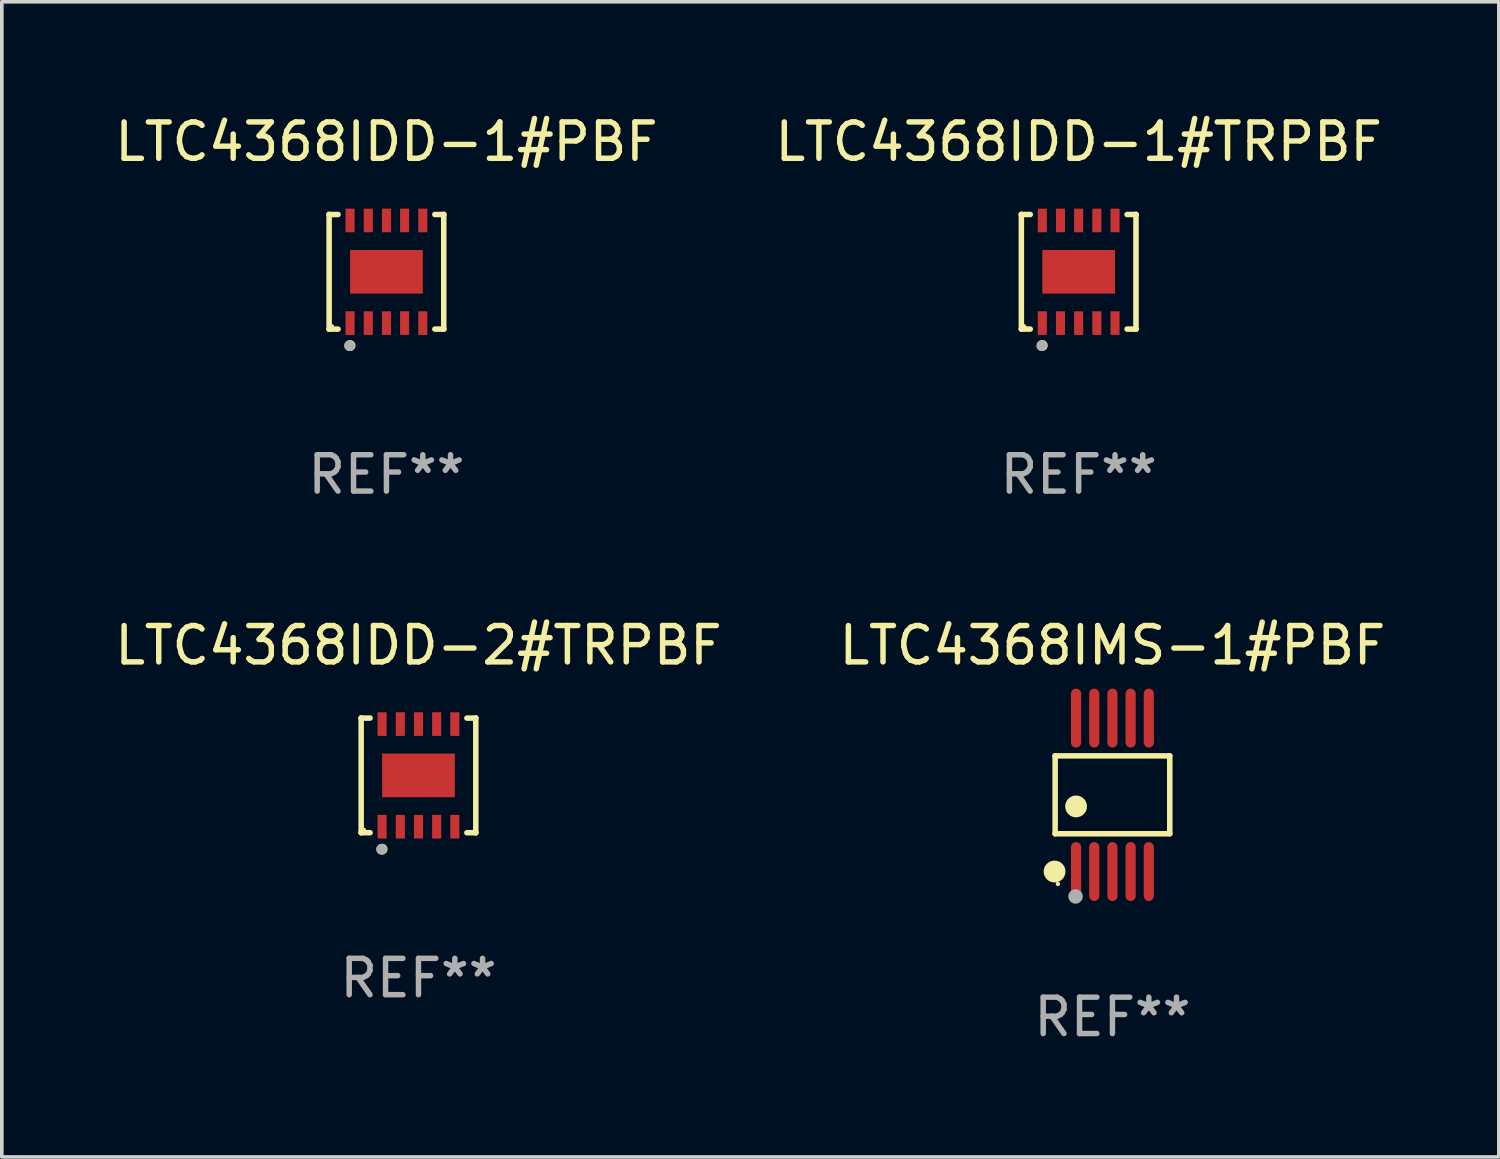
<source format=kicad_pcb>
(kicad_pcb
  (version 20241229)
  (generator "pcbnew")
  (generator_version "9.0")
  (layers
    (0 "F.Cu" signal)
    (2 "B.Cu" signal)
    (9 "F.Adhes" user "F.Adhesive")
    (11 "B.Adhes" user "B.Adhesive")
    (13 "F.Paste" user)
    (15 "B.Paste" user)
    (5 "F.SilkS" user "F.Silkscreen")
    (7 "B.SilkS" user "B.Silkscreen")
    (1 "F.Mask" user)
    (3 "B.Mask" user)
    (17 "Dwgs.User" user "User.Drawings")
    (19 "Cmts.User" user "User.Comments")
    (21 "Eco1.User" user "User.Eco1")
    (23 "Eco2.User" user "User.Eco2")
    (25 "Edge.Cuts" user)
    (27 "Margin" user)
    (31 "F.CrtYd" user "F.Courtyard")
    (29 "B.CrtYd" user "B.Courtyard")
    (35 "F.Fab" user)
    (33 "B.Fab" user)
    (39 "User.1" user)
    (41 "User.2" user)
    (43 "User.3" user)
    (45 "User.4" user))
  (footprint "LTC4368IDD-2#TRPBF"
    (layer "F.Cu")
    (at 8.458 18.273)
    (property "Reference" "LTC4368IDD-2#TRPBF" (at 0 -3.576 0) (layer "F.SilkS") (effects (font (size 1 1) (thickness 0.15))))
    (attr through_hole)
    (fp_line (start -1.576 -1.576) (end -1.576 -1.576) (stroke (width 0.152) (type solid)) (layer "F.SilkS"))
    (fp_line (start -1.576 -1.576) (end -1.331 -1.576) (stroke (width 0.152) (type solid)) (layer "F.SilkS"))
    (fp_line (start -1.576 1.576) (end -1.576 -1.576) (stroke (width 0.152) (type solid)) (layer "F.SilkS"))
    (fp_line (start -1.576 1.576) (end -1.576 1.576) (stroke (width 0.152) (type solid)) (layer "F.SilkS"))
    (fp_line (start -1.331 1.576) (end -1.576 1.576) (stroke (width 0.152) (type solid)) (layer "F.SilkS"))
    (fp_line (start 1.331 1.576) (end 1.576 1.576) (stroke (width 0.152) (type solid)) (layer "F.SilkS"))
    (fp_line (start 1.576 -1.576) (end 1.331 -1.576) (stroke (width 0.152) (type solid)) (layer "F.SilkS"))
    (fp_line (start 1.576 -1.576) (end 1.576 -1.576) (stroke (width 0.152) (type solid)) (layer "F.SilkS"))
    (fp_line (start 1.576 1.576) (end 1.576 -1.576) (stroke (width 0.152) (type solid)) (layer "F.SilkS"))
    (fp_line (start 1.576 1.576) (end 1.576 1.576) (stroke (width 0.152) (type solid)) (layer "F.SilkS"))
    (fp_circle (center -1.5 1.5) (end -1.47 1.5) (stroke (width 0.06) (type solid)) (fill no) (layer "F.SilkS"))
    (fp_circle (center -1 2.028) (end -0.925 2.028) (stroke (width 0.15) (type solid)) (fill no) (layer "F.SilkS"))
    (fp_circle (center -1.016 2.032) (end -0.941 2.032) (stroke (width 0.15) (type solid)) (fill no) (layer "F.Fab"))
    (fp_text user "REF**" (at 0 5.576 0) (layer "F.Fab") (effects (font (size 1 1) (thickness 0.15))))
    (pad "1" smd rect (at -1 1.411) (size 0.25 0.65) (layers "F.Cu" "F.Mask" "F.Paste"))
    (pad "2" smd rect (at -0.5 1.411) (size 0.25 0.65) (layers "F.Cu" "F.Mask" "F.Paste"))
    (pad "3" smd rect (at 0 1.411) (size 0.25 0.65) (layers "F.Cu" "F.Mask" "F.Paste"))
    (pad "4" smd rect (at 0.5 1.411) (size 0.25 0.65) (layers "F.Cu" "F.Mask" "F.Paste"))
    (pad "5" smd rect (at 1 1.411) (size 0.25 0.65) (layers "F.Cu" "F.Mask" "F.Paste"))
    (pad "6" smd rect (at 1 -1.411) (size 0.25 0.65) (layers "F.Cu" "F.Mask" "F.Paste"))
    (pad "7" smd rect (at 0.5 -1.411) (size 0.25 0.65) (layers "F.Cu" "F.Mask" "F.Paste"))
    (pad "8" smd rect (at 0 -1.411) (size 0.25 0.65) (layers "F.Cu" "F.Mask" "F.Paste"))
    (pad "9" smd rect (at -0.5 -1.411) (size 0.25 0.65) (layers "F.Cu" "F.Mask" "F.Paste"))
    (pad "10" smd rect (at -1 -1.411) (size 0.25 0.65) (layers "F.Cu" "F.Mask" "F.Paste"))
    (pad "11" smd rect (at 0 0) (size 2 1.2) (layers "F.Cu" "F.Mask" "F.Paste")))
  (footprint "LTC4368IDD-1#TRPBF"
    (layer "F.Cu")
    (at 26.613 4.424)
    (property "Reference" "LTC4368IDD-1#TRPBF" (at 0 -3.576 0) (layer "F.SilkS") (effects (font (size 1 1) (thickness 0.15))))
    (attr through_hole)
    (fp_line (start -1.576 -1.576) (end -1.576 -1.576) (stroke (width 0.152) (type solid)) (layer "F.SilkS"))
    (fp_line (start -1.576 -1.576) (end -1.331 -1.576) (stroke (width 0.152) (type solid)) (layer "F.SilkS"))
    (fp_line (start -1.576 1.576) (end -1.576 -1.576) (stroke (width 0.152) (type solid)) (layer "F.SilkS"))
    (fp_line (start -1.576 1.576) (end -1.576 1.576) (stroke (width 0.152) (type solid)) (layer "F.SilkS"))
    (fp_line (start -1.331 1.576) (end -1.576 1.576) (stroke (width 0.152) (type solid)) (layer "F.SilkS"))
    (fp_line (start 1.331 1.576) (end 1.576 1.576) (stroke (width 0.152) (type solid)) (layer "F.SilkS"))
    (fp_line (start 1.576 -1.576) (end 1.331 -1.576) (stroke (width 0.152) (type solid)) (layer "F.SilkS"))
    (fp_line (start 1.576 -1.576) (end 1.576 -1.576) (stroke (width 0.152) (type solid)) (layer "F.SilkS"))
    (fp_line (start 1.576 1.576) (end 1.576 -1.576) (stroke (width 0.152) (type solid)) (layer "F.SilkS"))
    (fp_line (start 1.576 1.576) (end 1.576 1.576) (stroke (width 0.152) (type solid)) (layer "F.SilkS"))
    (fp_circle (center -1.5 1.5) (end -1.47 1.5) (stroke (width 0.06) (type solid)) (fill no) (layer "F.SilkS"))
    (fp_circle (center -1 2.028) (end -0.925 2.028) (stroke (width 0.15) (type solid)) (fill no) (layer "F.SilkS"))
    (fp_circle (center -1.016 2.032) (end -0.941 2.032) (stroke (width 0.15) (type solid)) (fill no) (layer "F.Fab"))
    (fp_text user "REF**" (at 0 5.576 0) (layer "F.Fab") (effects (font (size 1 1) (thickness 0.15))))
    (pad "1" smd rect (at -1 1.411) (size 0.25 0.65) (layers "F.Cu" "F.Mask" "F.Paste"))
    (pad "2" smd rect (at -0.5 1.411) (size 0.25 0.65) (layers "F.Cu" "F.Mask" "F.Paste"))
    (pad "3" smd rect (at 0 1.411) (size 0.25 0.65) (layers "F.Cu" "F.Mask" "F.Paste"))
    (pad "4" smd rect (at 0.5 1.411) (size 0.25 0.65) (layers "F.Cu" "F.Mask" "F.Paste"))
    (pad "5" smd rect (at 1 1.411) (size 0.25 0.65) (layers "F.Cu" "F.Mask" "F.Paste"))
    (pad "6" smd rect (at 1 -1.411) (size 0.25 0.65) (layers "F.Cu" "F.Mask" "F.Paste"))
    (pad "7" smd rect (at 0.5 -1.411) (size 0.25 0.65) (layers "F.Cu" "F.Mask" "F.Paste"))
    (pad "8" smd rect (at 0 -1.411) (size 0.25 0.65) (layers "F.Cu" "F.Mask" "F.Paste"))
    (pad "9" smd rect (at -0.5 -1.411) (size 0.25 0.65) (layers "F.Cu" "F.Mask" "F.Paste"))
    (pad "10" smd rect (at -1 -1.411) (size 0.25 0.65) (layers "F.Cu" "F.Mask" "F.Paste"))
    (pad "11" smd rect (at 0 0) (size 2 1.2) (layers "F.Cu" "F.Mask" "F.Paste")))
  (footprint "LTC4368IDD-1#PBF"
    (layer "F.Cu")
    (at 7.577 4.424)
    (property "Reference" "LTC4368IDD-1#PBF" (at 0 -3.576 0) (layer "F.SilkS") (effects (font (size 1 1) (thickness 0.15))))
    (attr through_hole)
    (fp_line (start -1.576 -1.576) (end -1.576 -1.576) (stroke (width 0.152) (type solid)) (layer "F.SilkS"))
    (fp_line (start -1.576 -1.576) (end -1.331 -1.576) (stroke (width 0.152) (type solid)) (layer "F.SilkS"))
    (fp_line (start -1.576 1.576) (end -1.576 -1.576) (stroke (width 0.152) (type solid)) (layer "F.SilkS"))
    (fp_line (start -1.576 1.576) (end -1.576 1.576) (stroke (width 0.152) (type solid)) (layer "F.SilkS"))
    (fp_line (start -1.331 1.576) (end -1.576 1.576) (stroke (width 0.152) (type solid)) (layer "F.SilkS"))
    (fp_line (start 1.331 1.576) (end 1.576 1.576) (stroke (width 0.152) (type solid)) (layer "F.SilkS"))
    (fp_line (start 1.576 -1.576) (end 1.331 -1.576) (stroke (width 0.152) (type solid)) (layer "F.SilkS"))
    (fp_line (start 1.576 -1.576) (end 1.576 -1.576) (stroke (width 0.152) (type solid)) (layer "F.SilkS"))
    (fp_line (start 1.576 1.576) (end 1.576 -1.576) (stroke (width 0.152) (type solid)) (layer "F.SilkS"))
    (fp_line (start 1.576 1.576) (end 1.576 1.576) (stroke (width 0.152) (type solid)) (layer "F.SilkS"))
    (fp_circle (center -1.5 1.5) (end -1.47 1.5) (stroke (width 0.06) (type solid)) (fill no) (layer "F.SilkS"))
    (fp_circle (center -1 2.028) (end -0.925 2.028) (stroke (width 0.15) (type solid)) (fill no) (layer "F.SilkS"))
    (fp_circle (center -1.016 2.032) (end -0.941 2.032) (stroke (width 0.15) (type solid)) (fill no) (layer "F.Fab"))
    (fp_text user "REF**" (at 0 5.576 0) (layer "F.Fab") (effects (font (size 1 1) (thickness 0.15))))
    (pad "1" smd rect (at -1 1.411) (size 0.25 0.65) (layers "F.Cu" "F.Mask" "F.Paste"))
    (pad "2" smd rect (at -0.5 1.411) (size 0.25 0.65) (layers "F.Cu" "F.Mask" "F.Paste"))
    (pad "3" smd rect (at 0 1.411) (size 0.25 0.65) (layers "F.Cu" "F.Mask" "F.Paste"))
    (pad "4" smd rect (at 0.5 1.411) (size 0.25 0.65) (layers "F.Cu" "F.Mask" "F.Paste"))
    (pad "5" smd rect (at 1 1.411) (size 0.25 0.65) (layers "F.Cu" "F.Mask" "F.Paste"))
    (pad "6" smd rect (at 1 -1.411) (size 0.25 0.65) (layers "F.Cu" "F.Mask" "F.Paste"))
    (pad "7" smd rect (at 0.5 -1.411) (size 0.25 0.65) (layers "F.Cu" "F.Mask" "F.Paste"))
    (pad "8" smd rect (at 0 -1.411) (size 0.25 0.65) (layers "F.Cu" "F.Mask" "F.Paste"))
    (pad "9" smd rect (at -0.5 -1.411) (size 0.25 0.65) (layers "F.Cu" "F.Mask" "F.Paste"))
    (pad "10" smd rect (at -1 -1.411) (size 0.25 0.65) (layers "F.Cu" "F.Mask" "F.Paste"))
    (pad "11" smd rect (at 0 0) (size 2 1.2) (layers "F.Cu" "F.Mask" "F.Paste")))
  (footprint "LTC4368IMS-1#PBF"
    (layer "F.Cu")
    (at 27.542 18.807)
    (property "Reference" "LTC4368IMS-1#PBF" (at 0 -4.11 0) (layer "F.SilkS") (effects (font (size 1 1) (thickness 0.15))))
    (attr through_hole)
    (fp_line (start -1.576 -1.071) (end 1.576 -1.071) (stroke (width 0.152) (type solid)) (layer "F.SilkS"))
    (fp_line (start -1.576 1.071) (end -1.576 -1.071) (stroke (width 0.152) (type solid)) (layer "F.SilkS"))
    (fp_line (start 1.576 -1.071) (end 1.576 1.071) (stroke (width 0.152) (type solid)) (layer "F.SilkS"))
    (fp_line (start 1.576 1.071) (end -1.576 1.071) (stroke (width 0.152) (type solid)) (layer "F.SilkS"))
    (fp_circle (center -1.592 2.11) (end -1.442 2.11) (stroke (width 0.3) (type solid)) (fill no) (layer "F.SilkS"))
    (fp_circle (center -1.5 2.45) (end -1.47 2.45) (stroke (width 0.06) (type solid)) (fill no) (layer "F.SilkS"))
    (fp_circle (center -1 0.319) (end -0.85 0.319) (stroke (width 0.3) (type solid)) (fill no) (layer "F.SilkS"))
    (fp_circle (center -1.016 2.794) (end -0.916 2.794) (stroke (width 0.2) (type solid)) (fill no) (layer "F.Fab"))
    (fp_text user "REF**" (at 0 6.11 0) (layer "F.Fab") (effects (font (size 1 1) (thickness 0.15))))
    (pad "1" smd oval (at -1 2.11) (size 0.28 1.62) (layers "F.Cu" "F.Mask" "F.Paste"))
    (pad "2" smd oval (at -0.5 2.11) (size 0.28 1.62) (layers "F.Cu" "F.Mask" "F.Paste"))
    (pad "3" smd oval (at 0 2.11) (size 0.28 1.62) (layers "F.Cu" "F.Mask" "F.Paste"))
    (pad "4" smd oval (at 0.5 2.11) (size 0.28 1.62) (layers "F.Cu" "F.Mask" "F.Paste"))
    (pad "5" smd oval (at 1 2.11) (size 0.28 1.62) (layers "F.Cu" "F.Mask" "F.Paste"))
    (pad "6" smd oval (at 1 -2.11) (size 0.28 1.62) (layers "F.Cu" "F.Mask" "F.Paste"))
    (pad "7" smd oval (at 0.5 -2.11) (size 0.28 1.62) (layers "F.Cu" "F.Mask" "F.Paste"))
    (pad "8" smd oval (at 0 -2.11) (size 0.28 1.62) (layers "F.Cu" "F.Mask" "F.Paste"))
    (pad "9" smd oval (at -0.5 -2.11) (size 0.28 1.62) (layers "F.Cu" "F.Mask" "F.Paste"))
    (pad "10" smd oval (at -1 -2.11) (size 0.28 1.62) (layers "F.Cu" "F.Mask" "F.Paste")))
  (gr_rect
    (start -3 -3)
    (end 38.167 28.765)
    (stroke (width 0.1) (type default))
    (fill no)
    (layer "Edge.Cuts")))
</source>
